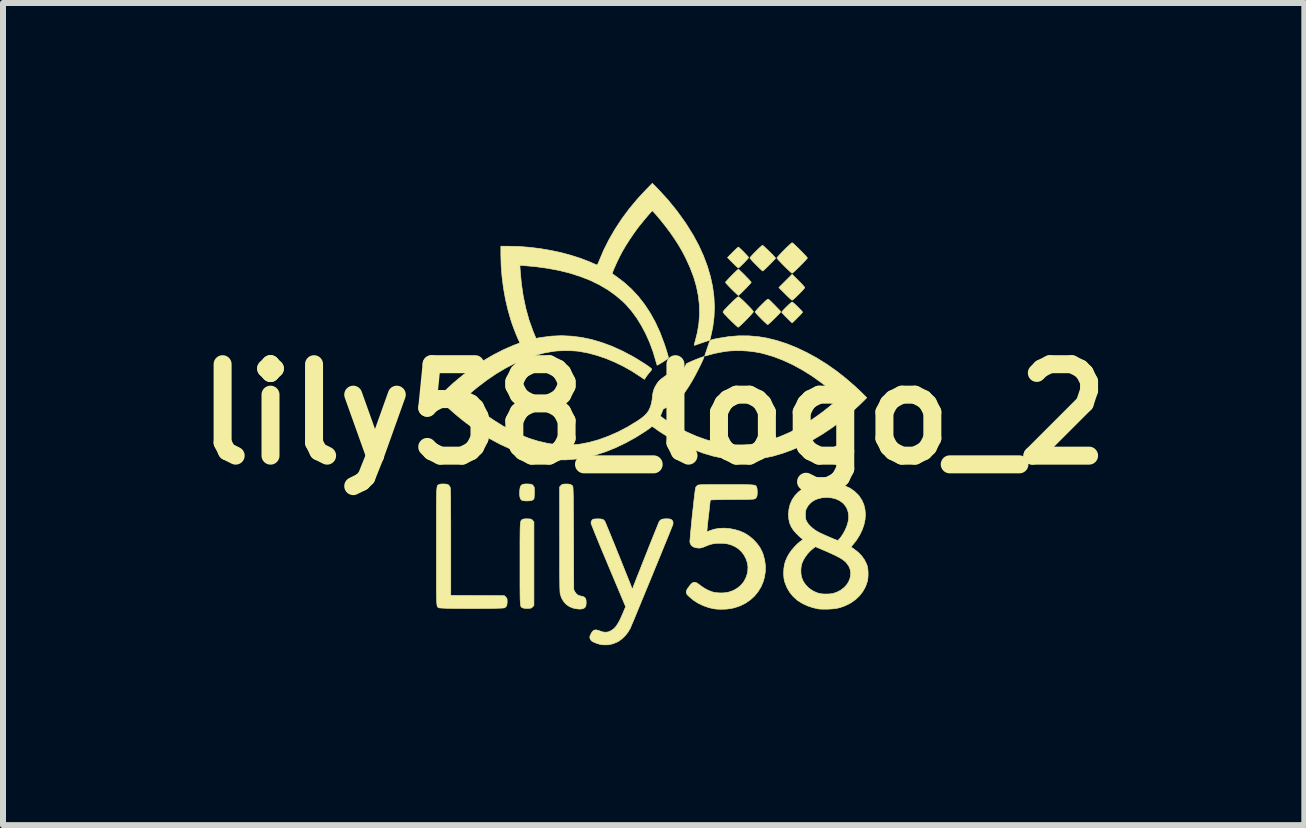
<source format=kicad_pcb>
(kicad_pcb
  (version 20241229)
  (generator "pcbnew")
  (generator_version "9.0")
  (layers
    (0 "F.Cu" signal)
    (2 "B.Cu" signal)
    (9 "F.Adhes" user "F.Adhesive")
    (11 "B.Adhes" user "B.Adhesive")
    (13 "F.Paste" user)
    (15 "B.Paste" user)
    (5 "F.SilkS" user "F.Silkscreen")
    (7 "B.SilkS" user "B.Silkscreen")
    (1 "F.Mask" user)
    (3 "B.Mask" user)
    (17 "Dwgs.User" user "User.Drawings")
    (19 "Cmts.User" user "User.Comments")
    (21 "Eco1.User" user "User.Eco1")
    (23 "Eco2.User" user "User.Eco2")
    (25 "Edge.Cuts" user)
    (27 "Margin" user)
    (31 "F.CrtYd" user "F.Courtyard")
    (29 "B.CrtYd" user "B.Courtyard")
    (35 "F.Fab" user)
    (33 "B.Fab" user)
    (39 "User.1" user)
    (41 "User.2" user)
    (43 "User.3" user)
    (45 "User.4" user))
  (footprint "lily58_logo_2"
    (layer "F.Cu")
    (at 7.845 3.855)
    (property "Reference" "lily58_logo_2" (at 0 0 0) (layer "F.SilkS") (effects (font (size 1.524 1.524) (thickness 0.3))))
    (attr through_hole)
    (fp_poly (pts (xy 2.413 -2.228) (xy 2.445 -2.196) (xy 2.473 -2.166) (xy 2.495 -2.142) (xy 2.511 -2.123) (xy 2.518 -2.113) (xy 2.518 -2.112) (xy 2.513 -2.103) (xy 2.5 -2.087) (xy 2.479 -2.064) (xy 2.454 -2.037) (xy 2.426 -2.009) (xy 2.397 -1.98) (xy 2.369 -1.953) (xy 2.344 -1.93) (xy 2.324 -1.912) (xy 2.311 -1.903) (xy 2.308 -1.901) (xy 2.299 -1.906) (xy 2.283 -1.92) (xy 2.259 -1.941) (xy 2.231 -1.968) (xy 2.199 -1.999) (xy 2.192 -2.007) (xy 2.087 -2.112) (xy 2.197 -2.222) (xy 2.308 -2.333) (xy 2.413 -2.228)) (stroke (width 0.01) (type solid)) (fill yes) (layer "F.SilkS"))
    (fp_poly (pts (xy 1.419 -2.782) (xy 1.435 -2.768) (xy 1.456 -2.748) (xy 1.481 -2.724) (xy 1.507 -2.698) (xy 1.532 -2.672) (xy 1.554 -2.648) (xy 1.571 -2.629) (xy 1.581 -2.616) (xy 1.582 -2.613) (xy 1.577 -2.604) (xy 1.564 -2.588) (xy 1.544 -2.566) (xy 1.521 -2.541) (xy 1.495 -2.514) (xy 1.469 -2.489) (xy 1.446 -2.467) (xy 1.427 -2.449) (xy 1.414 -2.44) (xy 1.411 -2.438) (xy 1.404 -2.443) (xy 1.388 -2.457) (xy 1.366 -2.477) (xy 1.34 -2.503) (xy 1.317 -2.525) (xy 1.231 -2.612) (xy 1.317 -2.699) (xy 1.346 -2.728) (xy 1.372 -2.753) (xy 1.392 -2.772) (xy 1.406 -2.784) (xy 1.41 -2.787) (xy 1.419 -2.782)) (stroke (width 0.01) (type solid)) (fill yes) (layer "F.SilkS"))
    (fp_poly (pts (xy -2.09 1.162) (xy -2.061 1.164) (xy -2.041 1.167) (xy -2.028 1.172) (xy -2.017 1.18) (xy -2.01 1.189) (xy -2.001 1.199) (xy -1.995 1.208) (xy -1.991 1.22) (xy -1.989 1.238) (xy -1.989 1.263) (xy -1.988 1.3) (xy -1.988 1.303) (xy -1.989 1.339) (xy -1.991 1.371) (xy -1.993 1.395) (xy -1.996 1.408) (xy -1.996 1.408) (xy -2.01 1.425) (xy -2.034 1.436) (xy -2.068 1.442) (xy -2.11 1.444) (xy -2.143 1.443) (xy -2.17 1.44) (xy -2.189 1.436) (xy -2.192 1.435) (xy -2.21 1.422) (xy -2.223 1.402) (xy -2.23 1.375) (xy -2.234 1.337) (xy -2.234 1.295) (xy -2.23 1.247) (xy -2.223 1.211) (xy -2.21 1.187) (xy -2.189 1.171) (xy -2.159 1.163) (xy -2.117 1.161) (xy -2.09 1.162)) (stroke (width 0.01) (type solid)) (fill yes) (layer "F.SilkS"))
    (fp_poly (pts (xy 2.316 -1.867) (xy 2.332 -1.854) (xy 2.354 -1.835) (xy 2.379 -1.811) (xy 2.406 -1.785) (xy 2.431 -1.76) (xy 2.454 -1.736) (xy 2.471 -1.717) (xy 2.481 -1.705) (xy 2.482 -1.702) (xy 2.477 -1.695) (xy 2.464 -1.68) (xy 2.445 -1.659) (xy 2.421 -1.634) (xy 2.395 -1.608) (xy 2.37 -1.582) (xy 2.346 -1.559) (xy 2.326 -1.54) (xy 2.313 -1.527) (xy 2.308 -1.524) (xy 2.302 -1.529) (xy 2.287 -1.542) (xy 2.266 -1.563) (xy 2.24 -1.588) (xy 2.219 -1.609) (xy 2.19 -1.638) (xy 2.166 -1.664) (xy 2.147 -1.684) (xy 2.136 -1.698) (xy 2.134 -1.702) (xy 2.139 -1.71) (xy 2.152 -1.726) (xy 2.172 -1.747) (xy 2.196 -1.772) (xy 2.223 -1.798) (xy 2.249 -1.823) (xy 2.273 -1.845) (xy 2.292 -1.862) (xy 2.305 -1.871) (xy 2.308 -1.872) (xy 2.316 -1.867)) (stroke (width 0.01) (type solid)) (fill yes) (layer "F.SilkS"))
    (fp_poly (pts (xy 1.419 -2.412) (xy 1.435 -2.398) (xy 1.457 -2.377) (xy 1.483 -2.352) (xy 1.512 -2.324) (xy 1.54 -2.294) (xy 1.568 -2.266) (xy 1.592 -2.24) (xy 1.611 -2.219) (xy 1.623 -2.204) (xy 1.626 -2.199) (xy 1.621 -2.191) (xy 1.607 -2.175) (xy 1.587 -2.153) (xy 1.562 -2.126) (xy 1.534 -2.097) (xy 1.505 -2.068) (xy 1.477 -2.04) (xy 1.452 -2.015) (xy 1.431 -1.996) (xy 1.417 -1.984) (xy 1.412 -1.981) (xy 1.405 -1.986) (xy 1.389 -2) (xy 1.367 -2.021) (xy 1.339 -2.047) (xy 1.308 -2.078) (xy 1.301 -2.084) (xy 1.27 -2.116) (xy 1.242 -2.145) (xy 1.22 -2.17) (xy 1.204 -2.188) (xy 1.198 -2.198) (xy 1.197 -2.199) (xy 1.202 -2.207) (xy 1.216 -2.223) (xy 1.236 -2.245) (xy 1.261 -2.272) (xy 1.289 -2.301) (xy 1.318 -2.33) (xy 1.346 -2.358) (xy 1.371 -2.382) (xy 1.392 -2.402) (xy 1.406 -2.414) (xy 1.412 -2.417) (xy 1.419 -2.412)) (stroke (width 0.01) (type solid)) (fill yes) (layer "F.SilkS"))
    (fp_poly (pts (xy 1.822 -2.811) (xy 1.839 -2.797) (xy 1.861 -2.777) (xy 1.887 -2.752) (xy 1.916 -2.724) (xy 1.946 -2.695) (xy 1.974 -2.667) (xy 1.998 -2.642) (xy 2.017 -2.621) (xy 2.029 -2.607) (xy 2.032 -2.602) (xy 2.027 -2.594) (xy 2.014 -2.579) (xy 1.993 -2.557) (xy 1.968 -2.531) (xy 1.94 -2.503) (xy 1.911 -2.474) (xy 1.883 -2.446) (xy 1.858 -2.422) (xy 1.837 -2.403) (xy 1.823 -2.391) (xy 1.818 -2.388) (xy 1.811 -2.393) (xy 1.795 -2.406) (xy 1.772 -2.427) (xy 1.745 -2.454) (xy 1.714 -2.485) (xy 1.707 -2.491) (xy 1.676 -2.523) (xy 1.648 -2.552) (xy 1.626 -2.577) (xy 1.611 -2.595) (xy 1.604 -2.605) (xy 1.604 -2.606) (xy 1.609 -2.614) (xy 1.623 -2.631) (xy 1.643 -2.653) (xy 1.668 -2.68) (xy 1.696 -2.708) (xy 1.725 -2.737) (xy 1.753 -2.764) (xy 1.778 -2.787) (xy 1.798 -2.805) (xy 1.811 -2.814) (xy 1.814 -2.816) (xy 1.822 -2.811)) (stroke (width 0.01) (type solid)) (fill yes) (layer "F.SilkS"))
    (fp_poly (pts (xy 1.913 -1.917) (xy 1.923 -1.91) (xy 1.94 -1.894) (xy 1.963 -1.872) (xy 1.989 -1.846) (xy 2.017 -1.818) (xy 2.045 -1.789) (xy 2.072 -1.762) (xy 2.094 -1.739) (xy 2.11 -1.721) (xy 2.118 -1.71) (xy 2.119 -1.708) (xy 2.114 -1.701) (xy 2.1 -1.685) (xy 2.08 -1.663) (xy 2.054 -1.637) (xy 2.026 -1.609) (xy 1.996 -1.58) (xy 1.968 -1.552) (xy 1.942 -1.528) (xy 1.921 -1.51) (xy 1.907 -1.498) (xy 1.901 -1.495) (xy 1.893 -1.5) (xy 1.876 -1.514) (xy 1.853 -1.535) (xy 1.825 -1.561) (xy 1.794 -1.592) (xy 1.791 -1.595) (xy 1.76 -1.626) (xy 1.733 -1.655) (xy 1.711 -1.679) (xy 1.697 -1.696) (xy 1.691 -1.705) (xy 1.691 -1.706) (xy 1.696 -1.714) (xy 1.71 -1.73) (xy 1.731 -1.754) (xy 1.757 -1.782) (xy 1.788 -1.814) (xy 1.795 -1.821) (xy 1.831 -1.856) (xy 1.858 -1.883) (xy 1.878 -1.901) (xy 1.893 -1.912) (xy 1.903 -1.918) (xy 1.91 -1.918) (xy 1.913 -1.917)) (stroke (width 0.01) (type solid)) (fill yes) (layer "F.SilkS"))
    (fp_poly (pts (xy 1.421 -1.954) (xy 1.439 -1.94) (xy 1.463 -1.919) (xy 1.492 -1.893) (xy 1.522 -1.863) (xy 1.554 -1.831) (xy 1.585 -1.8) (xy 1.613 -1.771) (xy 1.636 -1.745) (xy 1.653 -1.724) (xy 1.661 -1.711) (xy 1.662 -1.709) (xy 1.657 -1.7) (xy 1.643 -1.683) (xy 1.622 -1.659) (xy 1.596 -1.631) (xy 1.567 -1.6) (xy 1.535 -1.568) (xy 1.504 -1.536) (xy 1.474 -1.507) (xy 1.448 -1.483) (xy 1.427 -1.464) (xy 1.413 -1.453) (xy 1.408 -1.451) (xy 1.4 -1.456) (xy 1.384 -1.47) (xy 1.36 -1.491) (xy 1.331 -1.519) (xy 1.299 -1.55) (xy 1.28 -1.569) (xy 1.245 -1.603) (xy 1.215 -1.635) (xy 1.189 -1.662) (xy 1.17 -1.683) (xy 1.159 -1.697) (xy 1.157 -1.701) (xy 1.157 -1.707) (xy 1.163 -1.718) (xy 1.175 -1.734) (xy 1.195 -1.755) (xy 1.223 -1.784) (xy 1.259 -1.822) (xy 1.275 -1.837) (xy 1.318 -1.88) (xy 1.354 -1.914) (xy 1.382 -1.939) (xy 1.401 -1.954) (xy 1.412 -1.959) (xy 1.421 -1.954)) (stroke (width 0.01) (type solid)) (fill yes) (layer "F.SilkS"))
    (fp_poly (pts (xy 2.316 -2.854) (xy 2.333 -2.841) (xy 2.356 -2.82) (xy 2.383 -2.793) (xy 2.414 -2.764) (xy 2.445 -2.732) (xy 2.477 -2.701) (xy 2.505 -2.671) (xy 2.53 -2.645) (xy 2.548 -2.624) (xy 2.56 -2.61) (xy 2.562 -2.605) (xy 2.557 -2.597) (xy 2.543 -2.58) (xy 2.522 -2.557) (xy 2.496 -2.53) (xy 2.466 -2.499) (xy 2.435 -2.468) (xy 2.403 -2.437) (xy 2.373 -2.408) (xy 2.347 -2.383) (xy 2.326 -2.365) (xy 2.312 -2.354) (xy 2.308 -2.351) (xy 2.3 -2.356) (xy 2.283 -2.37) (xy 2.259 -2.392) (xy 2.23 -2.419) (xy 2.197 -2.451) (xy 2.175 -2.473) (xy 2.141 -2.508) (xy 2.111 -2.539) (xy 2.085 -2.567) (xy 2.066 -2.588) (xy 2.056 -2.602) (xy 2.054 -2.605) (xy 2.059 -2.614) (xy 2.073 -2.63) (xy 2.093 -2.653) (xy 2.12 -2.681) (xy 2.149 -2.711) (xy 2.181 -2.743) (xy 2.212 -2.774) (xy 2.242 -2.803) (xy 2.268 -2.827) (xy 2.289 -2.846) (xy 2.303 -2.857) (xy 2.308 -2.859) (xy 2.316 -2.854)) (stroke (width 0.01) (type solid)) (fill yes) (layer "F.SilkS"))
    (fp_poly (pts (xy -2.099 1.743) (xy -2.069 1.744) (xy -2.049 1.747) (xy -2.036 1.752) (xy -2.026 1.76) (xy -2.017 1.769) (xy -1.996 1.793) (xy -1.996 3.186) (xy -2.017 3.209) (xy -2.028 3.221) (xy -2.039 3.228) (xy -2.053 3.232) (xy -2.075 3.234) (xy -2.099 3.235) (xy -2.141 3.235) (xy -2.172 3.23) (xy -2.183 3.226) (xy -2.19 3.223) (xy -2.197 3.22) (xy -2.203 3.216) (xy -2.208 3.21) (xy -2.212 3.203) (xy -2.216 3.191) (xy -2.219 3.176) (xy -2.221 3.155) (xy -2.223 3.128) (xy -2.225 3.095) (xy -2.226 3.054) (xy -2.227 3.004) (xy -2.227 2.945) (xy -2.228 2.876) (xy -2.228 2.796) (xy -2.228 2.703) (xy -2.228 2.598) (xy -2.228 2.489) (xy -2.228 2.372) (xy -2.228 2.268) (xy -2.228 2.176) (xy -2.228 2.097) (xy -2.227 2.029) (xy -2.227 1.971) (xy -2.226 1.922) (xy -2.225 1.882) (xy -2.223 1.849) (xy -2.221 1.823) (xy -2.218 1.803) (xy -2.215 1.788) (xy -2.212 1.777) (xy -2.207 1.769) (xy -2.203 1.763) (xy -2.197 1.759) (xy -2.19 1.756) (xy -2.184 1.752) (xy -2.167 1.746) (xy -2.144 1.743) (xy -2.113 1.742) (xy -2.099 1.743)) (stroke (width 0.01) (type solid)) (fill yes) (layer "F.SilkS"))
    (fp_poly (pts (xy -1.422 1.163) (xy -1.386 1.17) (xy -1.361 1.185) (xy -1.351 1.196) (xy -1.349 1.2) (xy -1.348 1.205) (xy -1.346 1.213) (xy -1.345 1.224) (xy -1.344 1.239) (xy -1.343 1.259) (xy -1.342 1.285) (xy -1.341 1.317) (xy -1.34 1.357) (xy -1.339 1.404) (xy -1.339 1.46) (xy -1.338 1.526) (xy -1.338 1.602) (xy -1.337 1.689) (xy -1.337 1.789) (xy -1.336 1.9) (xy -1.335 2.026) (xy -1.335 2.068) (xy -1.332 2.921) (xy -1.314 2.957) (xy -1.289 2.993) (xy -1.257 3.017) (xy -1.217 3.029) (xy -1.214 3.03) (xy -1.175 3.039) (xy -1.149 3.053) (xy -1.134 3.073) (xy -1.128 3.095) (xy -1.125 3.126) (xy -1.126 3.158) (xy -1.129 3.188) (xy -1.135 3.207) (xy -1.155 3.228) (xy -1.185 3.242) (xy -1.227 3.247) (xy -1.274 3.244) (xy -1.344 3.23) (xy -1.406 3.204) (xy -1.459 3.167) (xy -1.502 3.119) (xy -1.535 3.062) (xy -1.557 2.996) (xy -1.558 2.987) (xy -1.56 2.975) (xy -1.561 2.96) (xy -1.562 2.94) (xy -1.563 2.914) (xy -1.564 2.882) (xy -1.565 2.844) (xy -1.565 2.797) (xy -1.566 2.743) (xy -1.566 2.679) (xy -1.567 2.605) (xy -1.567 2.52) (xy -1.567 2.424) (xy -1.567 2.315) (xy -1.567 2.193) (xy -1.567 2.081) (xy -1.568 1.212) (xy -1.547 1.189) (xy -1.535 1.176) (xy -1.523 1.169) (xy -1.507 1.165) (xy -1.482 1.163) (xy -1.471 1.162) (xy -1.422 1.163)) (stroke (width 0.01) (type solid)) (fill yes) (layer "F.SilkS"))
    (fp_poly (pts (xy -3.494 1.162) (xy -3.463 1.164) (xy -3.442 1.167) (xy -3.428 1.173) (xy -3.416 1.181) (xy -3.415 1.182) (xy -3.4 1.202) (xy -3.389 1.225) (xy -3.389 1.226) (xy -3.388 1.237) (xy -3.387 1.263) (xy -3.386 1.303) (xy -3.385 1.356) (xy -3.384 1.422) (xy -3.384 1.501) (xy -3.383 1.593) (xy -3.383 1.697) (xy -3.382 1.812) (xy -3.382 1.94) (xy -3.382 2.078) (xy -3.382 2.135) (xy -3.382 3.019) (xy -2.936 3.021) (xy -2.489 3.023) (xy -2.466 3.046) (xy -2.453 3.06) (xy -2.446 3.072) (xy -2.443 3.087) (xy -2.442 3.111) (xy -2.442 3.123) (xy -2.444 3.163) (xy -2.451 3.191) (xy -2.465 3.211) (xy -2.485 3.225) (xy -2.486 3.225) (xy -2.498 3.228) (xy -2.523 3.23) (xy -2.56 3.232) (xy -2.607 3.233) (xy -2.663 3.235) (xy -2.726 3.236) (xy -2.794 3.237) (xy -2.868 3.237) (xy -2.944 3.238) (xy -3.022 3.238) (xy -3.1 3.238) (xy -3.177 3.237) (xy -3.252 3.237) (xy -3.322 3.236) (xy -3.387 3.235) (xy -3.444 3.234) (xy -3.494 3.232) (xy -3.533 3.23) (xy -3.562 3.228) (xy -3.577 3.226) (xy -3.579 3.225) (xy -3.585 3.222) (xy -3.591 3.22) (xy -3.595 3.217) (xy -3.6 3.213) (xy -3.603 3.208) (xy -3.607 3.199) (xy -3.61 3.188) (xy -3.612 3.173) (xy -3.614 3.153) (xy -3.616 3.127) (xy -3.617 3.096) (xy -3.618 3.057) (xy -3.619 3.011) (xy -3.62 2.957) (xy -3.621 2.894) (xy -3.621 2.821) (xy -3.621 2.738) (xy -3.621 2.643) (xy -3.621 2.536) (xy -3.621 2.417) (xy -3.621 2.285) (xy -3.621 2.199) (xy -3.621 2.058) (xy -3.621 1.931) (xy -3.621 1.817) (xy -3.621 1.715) (xy -3.621 1.625) (xy -3.621 1.546) (xy -3.62 1.477) (xy -3.62 1.417) (xy -3.619 1.366) (xy -3.618 1.323) (xy -3.617 1.288) (xy -3.615 1.259) (xy -3.613 1.236) (xy -3.611 1.218) (xy -3.608 1.204) (xy -3.605 1.194) (xy -3.601 1.187) (xy -3.597 1.182) (xy -3.592 1.179) (xy -3.587 1.176) (xy -3.581 1.174) (xy -3.577 1.171) (xy -3.559 1.165) (xy -3.535 1.162) (xy -3.502 1.162) (xy -3.494 1.162)) (stroke (width 0.01) (type solid)) (fill yes) (layer "F.SilkS"))
    (fp_poly (pts (xy 0.249 1.743) (xy 0.278 1.748) (xy 0.29 1.752) (xy 0.312 1.771) (xy 0.323 1.798) (xy 0.322 1.83) (xy 0.321 1.834) (xy 0.318 1.844) (xy 0.309 1.866) (xy 0.295 1.9) (xy 0.278 1.944) (xy 0.256 1.998) (xy 0.231 2.06) (xy 0.202 2.13) (xy 0.171 2.206) (xy 0.138 2.287) (xy 0.103 2.373) (xy 0.066 2.463) (xy 0.028 2.555) (xy -0.01 2.649) (xy -0.049 2.744) (xy -0.088 2.838) (xy -0.126 2.93) (xy -0.163 3.02) (xy -0.199 3.107) (xy -0.233 3.19) (xy -0.265 3.267) (xy -0.294 3.338) (xy -0.32 3.401) (xy -0.343 3.456) (xy -0.363 3.502) (xy -0.378 3.538) (xy -0.388 3.562) (xy -0.393 3.574) (xy -0.394 3.574) (xy -0.43 3.635) (xy -0.476 3.692) (xy -0.528 3.742) (xy -0.584 3.783) (xy -0.612 3.798) (xy -0.685 3.827) (xy -0.76 3.842) (xy -0.835 3.843) (xy -0.89 3.836) (xy -0.932 3.824) (xy -0.974 3.809) (xy -1.011 3.792) (xy -1.032 3.779) (xy -1.048 3.762) (xy -1.06 3.739) (xy -1.06 3.737) (xy -1.064 3.721) (xy -1.064 3.707) (xy -1.059 3.691) (xy -1.049 3.668) (xy -1.046 3.661) (xy -1.025 3.626) (xy -1.002 3.603) (xy -0.975 3.594) (xy -0.943 3.596) (xy -0.903 3.609) (xy -0.901 3.61) (xy -0.848 3.628) (xy -0.8 3.633) (xy -0.755 3.627) (xy -0.711 3.607) (xy -0.683 3.589) (xy -0.654 3.564) (xy -0.627 3.534) (xy -0.601 3.495) (xy -0.573 3.448) (xy -0.545 3.389) (xy -0.519 3.33) (xy -0.467 3.207) (xy -0.756 2.52) (xy -0.805 2.402) (xy -0.851 2.294) (xy -0.892 2.195) (xy -0.928 2.107) (xy -0.96 2.029) (xy -0.987 1.963) (xy -1.009 1.907) (xy -1.026 1.864) (xy -1.038 1.833) (xy -1.044 1.815) (xy -1.045 1.81) (xy -1.039 1.783) (xy -1.028 1.766) (xy -1.019 1.756) (xy -1.009 1.75) (xy -0.996 1.747) (xy -0.975 1.745) (xy -0.944 1.743) (xy -0.939 1.743) (xy -0.894 1.744) (xy -0.862 1.748) (xy -0.838 1.758) (xy -0.82 1.775) (xy -0.81 1.792) (xy -0.805 1.803) (xy -0.795 1.826) (xy -0.781 1.86) (xy -0.763 1.904) (xy -0.741 1.956) (xy -0.717 2.015) (xy -0.691 2.08) (xy -0.662 2.149) (xy -0.633 2.222) (xy -0.603 2.297) (xy -0.572 2.372) (xy -0.542 2.447) (xy -0.513 2.52) (xy -0.485 2.59) (xy -0.459 2.655) (xy -0.435 2.714) (xy -0.414 2.767) (xy -0.396 2.811) (xy -0.383 2.846) (xy -0.373 2.87) (xy -0.369 2.881) (xy -0.369 2.881) (xy -0.363 2.899) (xy -0.357 2.909) (xy -0.356 2.91) (xy -0.351 2.904) (xy -0.344 2.888) (xy -0.342 2.881) (xy -0.338 2.87) (xy -0.329 2.846) (xy -0.315 2.811) (xy -0.298 2.767) (xy -0.278 2.714) (xy -0.254 2.655) (xy -0.228 2.59) (xy -0.201 2.52) (xy -0.172 2.447) (xy -0.142 2.372) (xy -0.112 2.297) (xy -0.083 2.222) (xy -0.054 2.149) (xy -0.026 2.08) (xy 0.000123 2.015) (xy 0.024 1.956) (xy 0.045 1.904) (xy 0.063 1.86) (xy 0.076 1.826) (xy 0.086 1.803) (xy 0.091 1.792) (xy 0.091 1.792) (xy 0.107 1.769) (xy 0.13 1.753) (xy 0.162 1.745) (xy 0.204 1.742) (xy 0.209 1.742) (xy 0.249 1.743)) (stroke (width 0.01) (type solid)) (fill yes) (layer "F.SilkS"))
    (fp_poly (pts (xy 1.301 1.172) (xy 1.384 1.172) (xy 1.455 1.172) (xy 1.514 1.173) (xy 1.563 1.174) (xy 1.603 1.175) (xy 1.635 1.177) (xy 1.659 1.179) (xy 1.678 1.182) (xy 1.691 1.186) (xy 1.701 1.191) (xy 1.707 1.197) (xy 1.712 1.204) (xy 1.715 1.212) (xy 1.717 1.217) (xy 1.723 1.239) (xy 1.726 1.271) (xy 1.727 1.306) (xy 1.725 1.339) (xy 1.721 1.366) (xy 1.719 1.37) (xy 1.708 1.391) (xy 1.692 1.406) (xy 1.687 1.409) (xy 1.68 1.411) (xy 1.67 1.413) (xy 1.656 1.415) (xy 1.637 1.416) (xy 1.611 1.417) (xy 1.577 1.418) (xy 1.534 1.419) (xy 1.48 1.42) (xy 1.415 1.42) (xy 1.337 1.421) (xy 1.308 1.421) (xy 1.237 1.421) (xy 1.17 1.422) (xy 1.11 1.423) (xy 1.056 1.424) (xy 1.012 1.425) (xy 0.977 1.426) (xy 0.954 1.428) (xy 0.944 1.429) (xy 0.943 1.429) (xy 0.943 1.438) (xy 0.94 1.459) (xy 0.937 1.491) (xy 0.932 1.533) (xy 0.927 1.582) (xy 0.921 1.638) (xy 0.914 1.695) (xy 0.907 1.754) (xy 0.901 1.809) (xy 0.896 1.858) (xy 0.892 1.899) (xy 0.889 1.93) (xy 0.888 1.95) (xy 0.888 1.957) (xy 0.895 1.956) (xy 0.912 1.95) (xy 0.93 1.942) (xy 1.004 1.917) (xy 1.087 1.902) (xy 1.174 1.898) (xy 1.264 1.905) (xy 1.354 1.922) (xy 1.442 1.949) (xy 1.447 1.951) (xy 1.518 1.983) (xy 1.581 2.022) (xy 1.641 2.07) (xy 1.673 2.1) (xy 1.729 2.162) (xy 1.773 2.224) (xy 1.807 2.29) (xy 1.823 2.331) (xy 1.85 2.429) (xy 1.863 2.527) (xy 1.861 2.625) (xy 1.845 2.723) (xy 1.828 2.783) (xy 1.791 2.873) (xy 1.742 2.954) (xy 1.682 3.028) (xy 1.612 3.092) (xy 1.533 3.147) (xy 1.445 3.191) (xy 1.35 3.224) (xy 1.274 3.24) (xy 1.225 3.246) (xy 1.167 3.249) (xy 1.106 3.25) (xy 1.049 3.247) (xy 1.013 3.243) (xy 0.92 3.223) (xy 0.829 3.191) (xy 0.741 3.149) (xy 0.66 3.097) (xy 0.59 3.037) (xy 0.59 3.037) (xy 0.567 3.015) (xy 0.554 2.999) (xy 0.547 2.986) (xy 0.545 2.972) (xy 0.544 2.963) (xy 0.546 2.947) (xy 0.551 2.931) (xy 0.561 2.912) (xy 0.579 2.887) (xy 0.588 2.874) (xy 0.617 2.837) (xy 0.642 2.813) (xy 0.666 2.801) (xy 0.691 2.8) (xy 0.719 2.811) (xy 0.752 2.833) (xy 0.781 2.855) (xy 0.832 2.891) (xy 0.891 2.925) (xy 0.951 2.951) (xy 0.994 2.965) (xy 1.037 2.973) (xy 1.088 2.977) (xy 1.142 2.978) (xy 1.194 2.974) (xy 1.239 2.967) (xy 1.248 2.965) (xy 1.326 2.938) (xy 1.394 2.899) (xy 1.452 2.851) (xy 1.5 2.794) (xy 1.536 2.729) (xy 1.561 2.656) (xy 1.568 2.617) (xy 1.572 2.546) (xy 1.562 2.476) (xy 1.539 2.408) (xy 1.506 2.345) (xy 1.462 2.288) (xy 1.408 2.239) (xy 1.358 2.207) (xy 1.309 2.184) (xy 1.263 2.168) (xy 1.215 2.157) (xy 1.159 2.152) (xy 1.132 2.15) (xy 1.07 2.15) (xy 1.016 2.154) (xy 0.966 2.164) (xy 0.914 2.18) (xy 0.865 2.2) (xy 0.828 2.215) (xy 0.8 2.224) (xy 0.776 2.229) (xy 0.751 2.23) (xy 0.705 2.225) (xy 0.665 2.212) (xy 0.633 2.19) (xy 0.613 2.161) (xy 0.604 2.132) (xy 0.604 2.118) (xy 0.606 2.091) (xy 0.609 2.053) (xy 0.613 2.006) (xy 0.618 1.95) (xy 0.624 1.889) (xy 0.63 1.823) (xy 0.637 1.753) (xy 0.644 1.682) (xy 0.652 1.611) (xy 0.66 1.541) (xy 0.667 1.474) (xy 0.674 1.411) (xy 0.681 1.355) (xy 0.687 1.306) (xy 0.692 1.266) (xy 0.697 1.238) (xy 0.7 1.221) (xy 0.701 1.218) (xy 0.715 1.199) (xy 0.731 1.185) (xy 0.736 1.182) (xy 0.742 1.18) (xy 0.752 1.178) (xy 0.765 1.177) (xy 0.783 1.175) (xy 0.807 1.174) (xy 0.839 1.173) (xy 0.879 1.173) (xy 0.928 1.172) (xy 0.988 1.172) (xy 1.059 1.172) (xy 1.143 1.172) (xy 1.204 1.172) (xy 1.301 1.172)) (stroke (width 0.01) (type solid)) (fill yes) (layer "F.SilkS"))
    (fp_poly (pts (xy 2.929 1.141) (xy 2.994 1.146) (xy 3.053 1.154) (xy 3.099 1.163) (xy 3.192 1.194) (xy 3.274 1.233) (xy 3.346 1.283) (xy 3.408 1.342) (xy 3.426 1.364) (xy 3.471 1.433) (xy 3.503 1.506) (xy 3.522 1.585) (xy 3.529 1.667) (xy 3.524 1.752) (xy 3.506 1.838) (xy 3.476 1.925) (xy 3.434 2.012) (xy 3.381 2.097) (xy 3.327 2.166) (xy 3.289 2.212) (xy 3.34 2.247) (xy 3.41 2.301) (xy 3.468 2.362) (xy 3.515 2.428) (xy 3.549 2.497) (xy 3.558 2.522) (xy 3.568 2.566) (xy 3.573 2.619) (xy 3.574 2.676) (xy 3.571 2.731) (xy 3.563 2.779) (xy 3.561 2.787) (xy 3.531 2.873) (xy 3.487 2.952) (xy 3.432 3.024) (xy 3.366 3.087) (xy 3.288 3.142) (xy 3.235 3.171) (xy 3.17 3.2) (xy 3.108 3.221) (xy 3.045 3.236) (xy 2.975 3.244) (xy 2.903 3.248) (xy 2.86 3.248) (xy 2.818 3.248) (xy 2.782 3.247) (xy 2.754 3.245) (xy 2.747 3.244) (xy 2.653 3.223) (xy 2.562 3.192) (xy 2.477 3.152) (xy 2.402 3.105) (xy 2.391 3.097) (xy 2.325 3.037) (xy 2.268 2.967) (xy 2.222 2.89) (xy 2.189 2.807) (xy 2.183 2.79) (xy 2.176 2.758) (xy 2.171 2.727) (xy 2.168 2.691) (xy 2.167 2.646) (xy 2.167 2.642) (xy 2.168 2.611) (xy 2.453 2.611) (xy 2.456 2.666) (xy 2.465 2.714) (xy 2.467 2.723) (xy 2.494 2.786) (xy 2.534 2.844) (xy 2.584 2.895) (xy 2.643 2.937) (xy 2.709 2.97) (xy 2.758 2.986) (xy 2.794 2.992) (xy 2.839 2.996) (xy 2.888 2.996) (xy 2.936 2.994) (xy 2.977 2.989) (xy 2.992 2.986) (xy 3.059 2.963) (xy 3.119 2.931) (xy 3.171 2.891) (xy 3.214 2.846) (xy 3.247 2.796) (xy 3.27 2.743) (xy 3.282 2.689) (xy 3.284 2.633) (xy 3.273 2.579) (xy 3.25 2.526) (xy 3.214 2.478) (xy 3.193 2.456) (xy 3.169 2.436) (xy 3.142 2.416) (xy 3.11 2.396) (xy 3.071 2.375) (xy 3.024 2.351) (xy 2.968 2.325) (xy 2.9 2.294) (xy 2.846 2.271) (xy 2.697 2.207) (xy 2.663 2.232) (xy 2.612 2.275) (xy 2.564 2.327) (xy 2.523 2.383) (xy 2.49 2.44) (xy 2.467 2.496) (xy 2.464 2.507) (xy 2.456 2.556) (xy 2.453 2.611) (xy 2.168 2.611) (xy 2.17 2.572) (xy 2.179 2.511) (xy 2.195 2.453) (xy 2.221 2.391) (xy 2.225 2.382) (xy 2.256 2.327) (xy 2.297 2.269) (xy 2.344 2.213) (xy 2.394 2.162) (xy 2.444 2.119) (xy 2.463 2.106) (xy 2.491 2.087) (xy 2.467 2.069) (xy 2.452 2.057) (xy 2.43 2.037) (xy 2.404 2.012) (xy 2.38 1.989) (xy 2.329 1.931) (xy 2.292 1.873) (xy 2.266 1.812) (xy 2.252 1.745) (xy 2.248 1.676) (xy 2.529 1.676) (xy 2.53 1.711) (xy 2.532 1.736) (xy 2.537 1.756) (xy 2.545 1.776) (xy 2.551 1.788) (xy 2.576 1.826) (xy 2.612 1.866) (xy 2.656 1.905) (xy 2.705 1.94) (xy 2.725 1.952) (xy 2.749 1.965) (xy 2.781 1.981) (xy 2.819 1.999) (xy 2.861 2.018) (xy 2.904 2.037) (xy 2.946 2.055) (xy 2.986 2.072) (xy 3.02 2.086) (xy 3.047 2.096) (xy 3.064 2.102) (xy 3.069 2.103) (xy 3.078 2.096) (xy 3.093 2.081) (xy 3.111 2.06) (xy 3.119 2.05) (xy 3.158 1.992) (xy 3.192 1.929) (xy 3.22 1.863) (xy 3.239 1.799) (xy 3.25 1.739) (xy 3.251 1.71) (xy 3.245 1.642) (xy 3.226 1.58) (xy 3.195 1.525) (xy 3.154 1.479) (xy 3.102 1.441) (xy 3.041 1.412) (xy 2.972 1.394) (xy 2.895 1.387) (xy 2.881 1.386) (xy 2.804 1.392) (xy 2.734 1.409) (xy 2.673 1.435) (xy 2.62 1.472) (xy 2.577 1.518) (xy 2.549 1.566) (xy 2.539 1.588) (xy 2.533 1.609) (xy 2.53 1.632) (xy 2.529 1.663) (xy 2.529 1.676) (xy 2.248 1.676) (xy 2.247 1.67) (xy 2.247 1.666) (xy 2.255 1.58) (xy 2.275 1.499) (xy 2.308 1.425) (xy 2.353 1.358) (xy 2.408 1.299) (xy 2.474 1.247) (xy 2.55 1.205) (xy 2.634 1.172) (xy 2.727 1.15) (xy 2.75 1.146) (xy 2.803 1.141) (xy 2.864 1.14) (xy 2.929 1.141)) (stroke (width 0.01) (type solid)) (fill yes) (layer "F.SilkS"))
    (fp_poly (pts (xy 0.078 -3.748) (xy 0.237 -3.575) (xy 0.386 -3.392) (xy 0.525 -3.199) (xy 0.548 -3.164) (xy 0.657 -2.989) (xy 0.751 -2.815) (xy 0.83 -2.641) (xy 0.895 -2.468) (xy 0.946 -2.296) (xy 0.983 -2.125) (xy 1.005 -1.955) (xy 1.013 -1.786) (xy 1.006 -1.618) (xy 0.985 -1.451) (xy 0.949 -1.285) (xy 0.944 -1.265) (xy 0.936 -1.234) (xy 0.864 -1.212) (xy 0.826 -1.199) (xy 0.785 -1.185) (xy 0.748 -1.172) (xy 0.737 -1.168) (xy 0.71 -1.158) (xy 0.69 -1.152) (xy 0.678 -1.15) (xy 0.676 -1.15) (xy 0.677 -1.158) (xy 0.681 -1.177) (xy 0.687 -1.203) (xy 0.692 -1.217) (xy 0.73 -1.369) (xy 0.754 -1.52) (xy 0.765 -1.671) (xy 0.762 -1.823) (xy 0.744 -1.976) (xy 0.713 -2.13) (xy 0.668 -2.285) (xy 0.608 -2.443) (xy 0.535 -2.603) (xy 0.533 -2.606) (xy 0.494 -2.683) (xy 0.456 -2.751) (xy 0.418 -2.816) (xy 0.375 -2.884) (xy 0.346 -2.928) (xy 0.277 -3.028) (xy 0.201 -3.13) (xy 0.122 -3.229) (xy 0.044 -3.322) (xy 0.013 -3.356) (xy -0.02 -3.393) (xy -0.036 -3.378) (xy -0.05 -3.364) (xy -0.072 -3.34) (xy -0.099 -3.309) (xy -0.129 -3.273) (xy -0.162 -3.234) (xy -0.195 -3.193) (xy -0.227 -3.154) (xy -0.256 -3.117) (xy -0.263 -3.109) (xy -0.331 -3.015) (xy -0.4 -2.913) (xy -0.465 -2.811) (xy -0.522 -2.714) (xy -0.544 -2.673) (xy -0.567 -2.628) (xy -0.59 -2.581) (xy -0.613 -2.534) (xy -0.634 -2.487) (xy -0.653 -2.445) (xy -0.669 -2.407) (xy -0.681 -2.376) (xy -0.688 -2.354) (xy -0.69 -2.343) (xy -0.689 -2.342) (xy -0.682 -2.337) (xy -0.666 -2.326) (xy -0.643 -2.31) (xy -0.624 -2.297) (xy -0.493 -2.198) (xy -0.37 -2.087) (xy -0.257 -1.966) (xy -0.153 -1.833) (xy -0.058 -1.689) (xy 0.028 -1.533) (xy 0.105 -1.366) (xy 0.172 -1.188) (xy 0.189 -1.139) (xy 0.203 -1.096) (xy 0.216 -1.054) (xy 0.227 -1.017) (xy 0.236 -0.988) (xy 0.24 -0.973) (xy 0.244 -0.95) (xy 0.245 -0.937) (xy 0.241 -0.929) (xy 0.236 -0.926) (xy 0.226 -0.919) (xy 0.205 -0.906) (xy 0.179 -0.889) (xy 0.148 -0.869) (xy 0.143 -0.866) (xy 0.112 -0.847) (xy 0.087 -0.832) (xy 0.068 -0.822) (xy 0.058 -0.818) (xy 0.057 -0.819) (xy 0.054 -0.828) (xy 0.048 -0.847) (xy 0.04 -0.873) (xy 0.037 -0.885) (xy -0.01 -1.043) (xy -0.066 -1.195) (xy -0.131 -1.34) (xy -0.203 -1.476) (xy -0.281 -1.603) (xy -0.367 -1.72) (xy -0.457 -1.824) (xy -0.513 -1.88) (xy -0.632 -1.981) (xy -0.762 -2.074) (xy -0.903 -2.157) (xy -1.054 -2.231) (xy -1.217 -2.295) (xy -1.39 -2.351) (xy -1.575 -2.397) (xy -1.771 -2.434) (xy -1.978 -2.462) (xy -2.165 -2.478) (xy -2.23 -2.483) (xy -2.225 -2.401) (xy -2.205 -2.18) (xy -2.174 -1.969) (xy -2.131 -1.765) (xy -2.077 -1.57) (xy -2.01 -1.383) (xy -1.975 -1.299) (xy -1.961 -1.266) (xy -1.864 -1.282) (xy -1.699 -1.303) (xy -1.534 -1.31) (xy -1.368 -1.302) (xy -1.201 -1.281) (xy -1.034 -1.246) (xy -0.865 -1.196) (xy -0.694 -1.133) (xy -0.522 -1.055) (xy -0.348 -0.963) (xy -0.333 -0.954) (xy -0.29 -0.929) (xy -0.246 -0.902) (xy -0.201 -0.873) (xy -0.157 -0.846) (xy -0.118 -0.82) (xy -0.084 -0.797) (xy -0.059 -0.778) (xy -0.043 -0.765) (xy -0.041 -0.763) (xy -0.034 -0.755) (xy -0.033 -0.747) (xy -0.038 -0.737) (xy -0.05 -0.722) (xy -0.063 -0.706) (xy -0.086 -0.678) (xy -0.11 -0.647) (xy -0.127 -0.623) (xy -0.154 -0.582) (xy -0.221 -0.628) (xy -0.359 -0.717) (xy -0.502 -0.798) (xy -0.648 -0.869) (xy -0.796 -0.931) (xy -0.944 -0.981) (xy -1.089 -1.02) (xy -1.231 -1.047) (xy -1.274 -1.053) (xy -1.33 -1.057) (xy -1.396 -1.06) (xy -1.467 -1.061) (xy -1.538 -1.059) (xy -1.606 -1.056) (xy -1.664 -1.05) (xy -1.673 -1.049) (xy -1.829 -1.021) (xy -1.986 -0.979) (xy -2.146 -0.923) (xy -2.305 -0.853) (xy -2.465 -0.771) (xy -2.625 -0.676) (xy -2.783 -0.568) (xy -2.94 -0.449) (xy -2.954 -0.437) (xy -2.99 -0.408) (xy -3.026 -0.378) (xy -3.058 -0.35) (xy -3.084 -0.327) (xy -3.092 -0.321) (xy -3.139 -0.277) (xy -3.121 -0.258) (xy -3.093 -0.23) (xy -3.055 -0.196) (xy -3.009 -0.157) (xy -2.957 -0.114) (xy -2.9 -0.069) (xy -2.84 -0.024) (xy -2.779 0.02) (xy -2.72 0.062) (xy -2.664 0.1) (xy -2.656 0.105) (xy -2.506 0.199) (xy -2.359 0.279) (xy -2.214 0.347) (xy -2.071 0.403) (xy -1.927 0.448) (xy -1.78 0.482) (xy -1.686 0.498) (xy -1.631 0.505) (xy -1.566 0.509) (xy -1.495 0.511) (xy -1.422 0.511) (xy -1.351 0.508) (xy -1.285 0.504) (xy -1.23 0.498) (xy -1.23 0.498) (xy -1.074 0.468) (xy -0.916 0.424) (xy -0.757 0.366) (xy -0.597 0.296) (xy -0.437 0.213) (xy -0.279 0.117) (xy -0.262 0.106) (xy -0.202 0.064) (xy -0.154 0.025) (xy -0.116 -0.015) (xy -0.087 -0.055) (xy -0.082 -0.063) (xy -0.058 -0.115) (xy -0.039 -0.174) (xy -0.027 -0.235) (xy -0.025 -0.25) (xy -0.02 -0.306) (xy -0.013 -0.35) (xy -0.004 -0.388) (xy 0.008 -0.424) (xy 0.022 -0.454) (xy 0.04 -0.486) (xy 0.06 -0.519) (xy 0.081 -0.546) (xy 0.084 -0.55) (xy 0.101 -0.567) (xy 0.125 -0.587) (xy 0.154 -0.61) (xy 0.185 -0.632) (xy 0.216 -0.654) (xy 0.246 -0.673) (xy 0.271 -0.688) (xy 0.289 -0.697) (xy 0.299 -0.698) (xy 0.299 -0.698) (xy 0.303 -0.687) (xy 0.307 -0.664) (xy 0.309 -0.633) (xy 0.31 -0.597) (xy 0.31 -0.559) (xy 0.308 -0.522) (xy 0.305 -0.49) (xy 0.303 -0.477) (xy 0.293 -0.42) (xy 0.309 -0.441) (xy 0.324 -0.46) (xy 0.344 -0.491) (xy 0.368 -0.528) (xy 0.395 -0.572) (xy 0.422 -0.618) (xy 0.449 -0.664) (xy 0.474 -0.708) (xy 0.496 -0.747) (xy 0.497 -0.749) (xy 0.548 -0.845) (xy 0.619 -0.877) (xy 0.651 -0.891) (xy 0.687 -0.906) (xy 0.724 -0.921) (xy 0.76 -0.935) (xy 0.792 -0.947) (xy 0.818 -0.956) (xy 0.835 -0.961) (xy 0.84 -0.962) (xy 0.839 -0.954) (xy 0.832 -0.935) (xy 0.82 -0.906) (xy 0.803 -0.87) (xy 0.784 -0.829) (xy 0.761 -0.784) (xy 0.738 -0.736) (xy 0.713 -0.689) (xy 0.689 -0.643) (xy 0.666 -0.601) (xy 0.645 -0.564) (xy 0.641 -0.557) (xy 0.59 -0.472) (xy 0.542 -0.4) (xy 0.498 -0.338) (xy 0.456 -0.286) (xy 0.414 -0.241) (xy 0.371 -0.204) (xy 0.326 -0.172) (xy 0.277 -0.143) (xy 0.224 -0.118) (xy 0.22 -0.116) (xy 0.191 -0.103) (xy 0.172 -0.094) (xy 0.16 -0.085) (xy 0.152 -0.074) (xy 0.146 -0.058) (xy 0.145 -0.053) (xy 0.135 -0.027) (xy 0.125 -0.003) (xy 0.121 0.005) (xy 0.114 0.021) (xy 0.115 0.03) (xy 0.125 0.041) (xy 0.126 0.042) (xy 0.137 0.051) (xy 0.159 0.066) (xy 0.187 0.086) (xy 0.219 0.107) (xy 0.227 0.112) (xy 0.389 0.211) (xy 0.553 0.296) (xy 0.717 0.368) (xy 0.88 0.426) (xy 1.042 0.47) (xy 1.187 0.498) (xy 1.237 0.504) (xy 1.298 0.508) (xy 1.365 0.51) (xy 1.434 0.511) (xy 1.501 0.51) (xy 1.562 0.507) (xy 1.613 0.502) (xy 1.618 0.502) (xy 1.781 0.472) (xy 1.944 0.429) (xy 2.108 0.371) (xy 2.272 0.3) (xy 2.434 0.216) (xy 2.45 0.206) (xy 2.541 0.152) (xy 2.636 0.09) (xy 2.732 0.023) (xy 2.826 -0.046) (xy 2.915 -0.116) (xy 2.995 -0.183) (xy 3.048 -0.231) (xy 3.095 -0.276) (xy 3.059 -0.31) (xy 3.026 -0.339) (xy 2.985 -0.374) (xy 2.939 -0.413) (xy 2.89 -0.453) (xy 2.842 -0.491) (xy 2.799 -0.524) (xy 2.79 -0.531) (xy 2.634 -0.642) (xy 2.476 -0.74) (xy 2.317 -0.827) (xy 2.158 -0.9) (xy 2 -0.961) (xy 1.844 -1.007) (xy 1.781 -1.023) (xy 1.685 -1.04) (xy 1.582 -1.053) (xy 1.476 -1.06) (xy 1.371 -1.061) (xy 1.272 -1.056) (xy 1.208 -1.05) (xy 1.148 -1.04) (xy 1.083 -1.028) (xy 1.017 -1.014) (xy 0.956 -0.999) (xy 0.904 -0.984) (xy 0.901 -0.983) (xy 0.874 -0.975) (xy 0.859 -0.971) (xy 0.852 -0.972) (xy 0.851 -0.977) (xy 0.852 -0.978) (xy 0.855 -0.989) (xy 0.863 -1.011) (xy 0.873 -1.041) (xy 0.886 -1.078) (xy 0.897 -1.112) (xy 0.912 -1.155) (xy 0.922 -1.187) (xy 0.932 -1.21) (xy 0.944 -1.226) (xy 0.958 -1.237) (xy 0.979 -1.245) (xy 1.007 -1.252) (xy 1.045 -1.26) (xy 1.078 -1.266) (xy 1.249 -1.294) (xy 1.419 -1.308) (xy 1.588 -1.307) (xy 1.756 -1.292) (xy 1.887 -1.27) (xy 2.05 -1.23) (xy 2.215 -1.177) (xy 2.382 -1.11) (xy 2.548 -1.031) (xy 2.714 -0.941) (xy 2.878 -0.839) (xy 3.039 -0.727) (xy 3.196 -0.604) (xy 3.349 -0.472) (xy 3.451 -0.376) (xy 3.552 -0.276) (xy 3.44 -0.165) (xy 3.293 -0.029) (xy 3.139 0.1) (xy 2.98 0.219) (xy 2.817 0.328) (xy 2.651 0.427) (xy 2.484 0.514) (xy 2.317 0.589) (xy 2.151 0.65) (xy 2.15 0.65) (xy 1.983 0.699) (xy 1.818 0.733) (xy 1.654 0.754) (xy 1.49 0.76) (xy 1.327 0.753) (xy 1.162 0.733) (xy 0.996 0.698) (xy 0.829 0.649) (xy 0.659 0.586) (xy 0.537 0.533) (xy 0.462 0.497) (xy 0.382 0.456) (xy 0.301 0.411) (xy 0.222 0.365) (xy 0.147 0.319) (xy 0.08 0.275) (xy 0.029 0.238) (xy 0.003 0.219) (xy -0.016 0.208) (xy -0.028 0.205) (xy -0.037 0.208) (xy -0.044 0.215) (xy -0.054 0.223) (xy -0.073 0.238) (xy -0.099 0.256) (xy -0.13 0.277) (xy -0.138 0.283) (xy -0.305 0.388) (xy -0.473 0.48) (xy -0.641 0.56) (xy -0.809 0.627) (xy -0.976 0.68) (xy -1.142 0.72) (xy -1.306 0.747) (xy -1.467 0.76) (xy -1.626 0.759) (xy -1.702 0.754) (xy -1.871 0.731) (xy -2.042 0.694) (xy -2.214 0.643) (xy -2.387 0.578) (xy -2.56 0.499) (xy -2.733 0.406) (xy -2.905 0.301) (xy -2.934 0.282) (xy -3.043 0.205) (xy -3.154 0.122) (xy -3.262 0.035) (xy -3.366 -0.054) (xy -3.462 -0.142) (xy -3.512 -0.192) (xy -3.596 -0.277) (xy -3.487 -0.383) (xy -3.336 -0.523) (xy -3.178 -0.654) (xy -3.014 -0.776) (xy -2.846 -0.888) (xy -2.675 -0.988) (xy -2.503 -1.076) (xy -2.331 -1.151) (xy -2.24 -1.185) (xy -2.234 -1.189) (xy -2.233 -1.196) (xy -2.237 -1.208) (xy -2.248 -1.231) (xy -2.249 -1.232) (xy -2.264 -1.264) (xy -2.282 -1.307) (xy -2.303 -1.358) (xy -2.324 -1.413) (xy -2.345 -1.469) (xy -2.364 -1.523) (xy -2.379 -1.568) (xy -2.428 -1.738) (xy -2.47 -1.917) (xy -2.503 -2.103) (xy -2.527 -2.29) (xy -2.542 -2.477) (xy -2.547 -2.657) (xy -2.547 -2.801) (xy -2.418 -2.801) (xy -2.247 -2.797) (xy -2.071 -2.783) (xy -1.895 -2.762) (xy -1.72 -2.732) (xy -1.549 -2.696) (xy -1.384 -2.652) (xy -1.227 -2.602) (xy -1.08 -2.546) (xy -1.041 -2.529) (xy -1.008 -2.514) (xy -0.979 -2.502) (xy -0.957 -2.493) (xy -0.946 -2.488) (xy -0.945 -2.488) (xy -0.938 -2.493) (xy -0.928 -2.512) (xy -0.915 -2.541) (xy -0.908 -2.558) (xy -0.833 -2.736) (xy -0.744 -2.912) (xy -0.642 -3.088) (xy -0.529 -3.26) (xy -0.404 -3.428) (xy -0.269 -3.59) (xy -0.124 -3.746) (xy -0.122 -3.748) (xy -0.022 -3.85) (xy 0.078 -3.748)) (stroke (width 0.01) (type solid)) (fill yes) (layer "F.SilkS")))
  (gr_rect
    (start -3 -3)
    (end 18.69 10.703)
    (stroke (width 0.1) (type default))
    (fill no)
    (layer "Edge.Cuts")))
</source>
